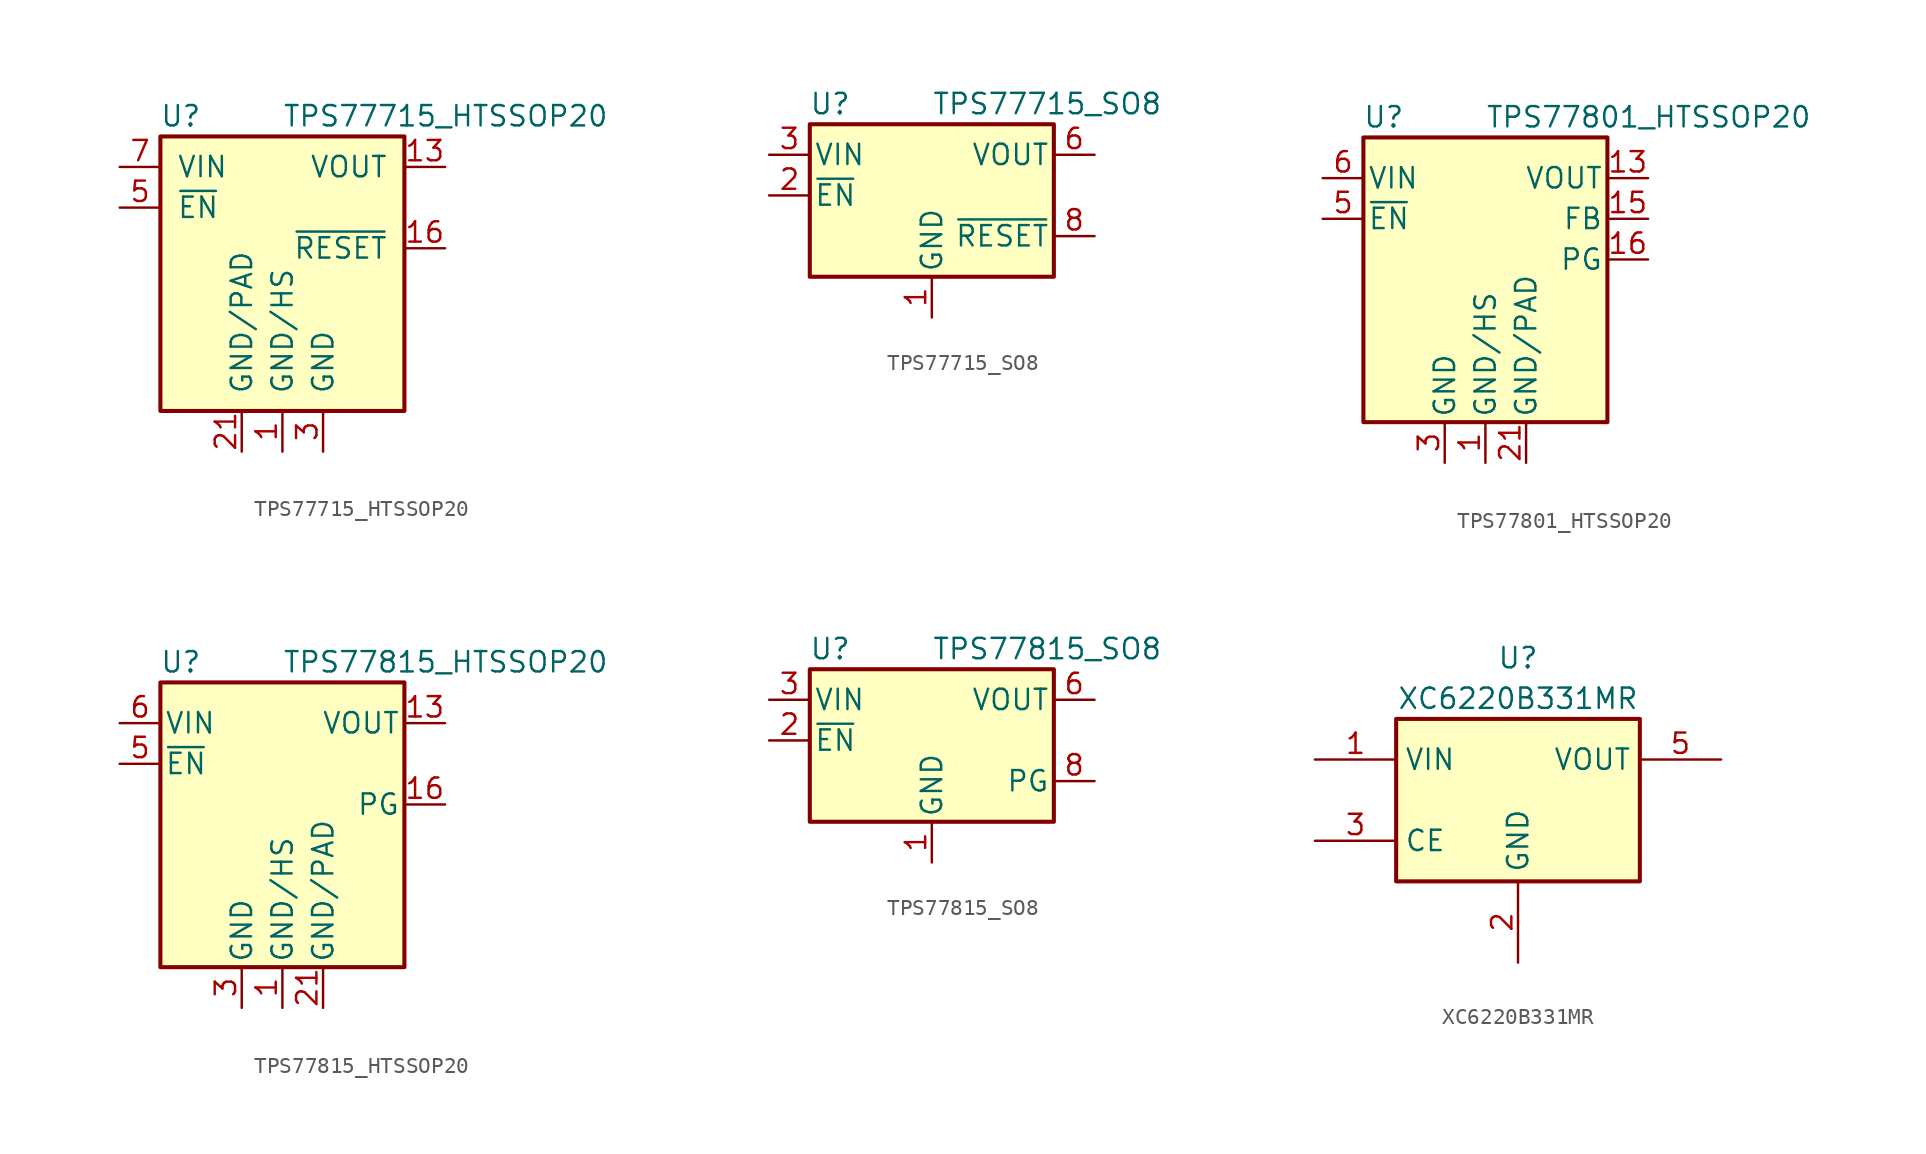
<source format=kicad_sym>
(kicad_symbol_lib
  (version 20220914)
  (generator kicad_symbol_editor)
  (symbol "TPS77715_HTSSOP20"
    (pin_names
      (offset 1.016))
    (property "Reference" "U"
      (at -6.35 5.715 0)
      (effects (font (size 1.27 1.27))))
    (property "Value" "TPS77715_HTSSOP20"
      (at 0 5.715 0)
      (effects (font (size 1.27 1.27)) (justify left)))
    (symbol "TPS77715_HTSSOP20_0_1"
      (rectangle (start -7.62 4.445) (end 7.62 -12.7) (stroke (width 0.254) (type default)) (fill (type background))))
    (symbol "TPS77715_HTSSOP20_1_1"
      (pin power_in line (at 0 -15.24 90) (length 2.54) (name "GND/HS" (effects (font (size 1.27 1.27)))) (number "1" (effects (font (size 1.27 1.27)))))
      (pin passive line (at 0 -15.24 90) (length 2.54) hide (name "GND/HS" (effects (font (size 1.27 1.27)))) (number "10" (effects (font (size 1.27 1.27)))))
      (pin passive line (at 0 -15.24 90) (length 2.54) hide (name "GND/HS" (effects (font (size 1.27 1.27)))) (number "11" (effects (font (size 1.27 1.27)))))
      (pin passive line (at 0 -15.24 90) (length 2.54) hide (name "GND/HS" (effects (font (size 1.27 1.27)))) (number "12" (effects (font (size 1.27 1.27)))))
      (pin power_out line (at 10.16 2.54 180) (length 2.54) (name "VOUT" (effects (font (size 1.27 1.27)))) (number "13" (effects (font (size 1.27 1.27)))))
      (pin passive line (at 10.16 2.54 180) (length 2.54) hide (name "VOUT" (effects (font (size 1.27 1.27)))) (number "14" (effects (font (size 1.27 1.27)))))
      (pin no_connect line (at 10.16 0 180) (length 2.54) hide (name "NC" (effects (font (size 1.27 1.27)))) (number "15" (effects (font (size 1.27 1.27)))))
      (pin open_collector line (at 10.16 -2.54 180) (length 2.54) (name "~{RESET}" (effects (font (size 1.27 1.27)))) (number "16" (effects (font (size 1.27 1.27)))))
      (pin no_connect line (at 10.16 -5.08 180) (length 2.54) hide (name "NC" (effects (font (size 1.27 1.27)))) (number "17" (effects (font (size 1.27 1.27)))))
      (pin no_connect line (at 10.16 -7.62 180) (length 2.54) hide (name "NC" (effects (font (size 1.27 1.27)))) (number "18" (effects (font (size 1.27 1.27)))))
      (pin passive line (at 0 -15.24 90) (length 2.54) hide (name "GND/HS" (effects (font (size 1.27 1.27)))) (number "19" (effects (font (size 1.27 1.27)))))
      (pin passive line (at 0 -15.24 90) (length 2.54) hide (name "GND/HS" (effects (font (size 1.27 1.27)))) (number "2" (effects (font (size 1.27 1.27)))))
      (pin passive line (at 0 -15.24 90) (length 2.54) hide (name "GND/HS" (effects (font (size 1.27 1.27)))) (number "20" (effects (font (size 1.27 1.27)))))
      (pin power_in line (at -2.54 -15.24 90) (length 2.54) (name "GND/PAD" (effects (font (size 1.27 1.27)))) (number "21" (effects (font (size 1.27 1.27)))))
      (pin power_in line (at 2.54 -15.24 90) (length 2.54) (name "GND" (effects (font (size 1.27 1.27)))) (number "3" (effects (font (size 1.27 1.27)))))
      (pin no_connect line (at -10.16 -2.54 0) (length 2.54) hide (name "NC" (effects (font (size 1.27 1.27)))) (number "4" (effects (font (size 1.27 1.27)))))
      (pin input line (at -10.16 0 0) (length 2.54) (name "~{EN}" (effects (font (size 1.27 1.27)))) (number "5" (effects (font (size 1.27 1.27)))))
      (pin passive line (at -10.16 2.54 0) (length 2.54) hide (name "VIN" (effects (font (size 1.27 1.27)))) (number "6" (effects (font (size 1.27 1.27)))))
      (pin power_in line (at -10.16 2.54 0) (length 2.54) (name "VIN" (effects (font (size 1.27 1.27)))) (number "7" (effects (font (size 1.27 1.27)))))
      (pin no_connect line (at -10.16 -5.08 0) (length 2.54) hide (name "NC" (effects (font (size 1.27 1.27)))) (number "8" (effects (font (size 1.27 1.27)))))
      (pin passive line (at 0 -15.24 90) (length 2.54) hide (name "GND/HS" (effects (font (size 1.27 1.27)))) (number "9" (effects (font (size 1.27 1.27)))))))
  (symbol "TPS77715_SO8"
    (pin_names
      (offset 0.254))
    (property "Reference" "U"
      (at -6.35 5.715 0)
      (effects (font (size 1.27 1.27))))
    (property "Value" "TPS77715_SO8"
      (at 0 5.715 0)
      (effects (font (size 1.27 1.27)) (justify left)))
    (symbol "TPS77715_SO8_0_1"
      (rectangle (start -7.62 4.445) (end 7.62 -5.08) (stroke (width 0.254) (type default)) (fill (type background))))
    (symbol "TPS77715_SO8_1_1"
      (pin power_in line (at 0 -7.62 90) (length 2.54) (name "GND" (effects (font (size 1.27 1.27)))) (number "1" (effects (font (size 1.27 1.27)))))
      (pin input line (at -10.16 0 0) (length 2.54) (name "~{EN}" (effects (font (size 1.27 1.27)))) (number "2" (effects (font (size 1.27 1.27)))))
      (pin power_in line (at -10.16 2.54 0) (length 2.54) (name "VIN" (effects (font (size 1.27 1.27)))) (number "3" (effects (font (size 1.27 1.27)))))
      (pin passive line (at -10.16 2.54 0) (length 2.54) hide (name "VIN" (effects (font (size 1.27 1.27)))) (number "4" (effects (font (size 1.27 1.27)))))
      (pin passive line (at 10.16 2.54 180) (length 2.54) hide (name "VOUT" (effects (font (size 1.27 1.27)))) (number "5" (effects (font (size 1.27 1.27)))))
      (pin power_out line (at 10.16 2.54 180) (length 2.54) (name "VOUT" (effects (font (size 1.27 1.27)))) (number "6" (effects (font (size 1.27 1.27)))))
      (pin no_connect line (at 10.16 0 180) (length 2.54) hide (name "NC" (effects (font (size 1.27 1.27)))) (number "7" (effects (font (size 1.27 1.27)))))
      (pin open_collector line (at 10.16 -2.54 180) (length 2.54) (name "~{RESET}" (effects (font (size 1.27 1.27)))) (number "8" (effects (font (size 1.27 1.27)))))))
  (symbol "TPS77801_HTSSOP20"
    (pin_names
      (offset 0.254))
    (property "Reference" "U"
      (at -6.35 8.89 0)
      (effects (font (size 1.27 1.27))))
    (property "Value" "TPS77801_HTSSOP20"
      (at 0 8.89 0)
      (effects (font (size 1.27 1.27)) (justify left)))
    (symbol "TPS77801_HTSSOP20_0_1"
      (rectangle (start -7.62 7.62) (end 7.62 -10.16) (stroke (width 0.254) (type default)) (fill (type background))))
    (symbol "TPS77801_HTSSOP20_1_1"
      (pin power_in line (at 0 -12.7 90) (length 2.54) (name "GND/HS" (effects (font (size 1.27 1.27)))) (number "1" (effects (font (size 1.27 1.27)))))
      (pin passive line (at 0 -12.7 90) (length 2.54) hide (name "GND/HS" (effects (font (size 1.27 1.27)))) (number "10" (effects (font (size 1.27 1.27)))))
      (pin passive line (at 0 -12.7 90) (length 2.54) hide (name "GND/HS" (effects (font (size 1.27 1.27)))) (number "11" (effects (font (size 1.27 1.27)))))
      (pin passive line (at 0 -12.7 90) (length 2.54) hide (name "GND/HS" (effects (font (size 1.27 1.27)))) (number "12" (effects (font (size 1.27 1.27)))))
      (pin power_out line (at 10.16 5.08 180) (length 2.54) (name "VOUT" (effects (font (size 1.27 1.27)))) (number "13" (effects (font (size 1.27 1.27)))))
      (pin passive line (at 10.16 5.08 180) (length 2.54) hide (name "VOUT" (effects (font (size 1.27 1.27)))) (number "14" (effects (font (size 1.27 1.27)))))
      (pin passive line (at 10.16 2.54 180) (length 2.54) (name "FB" (effects (font (size 1.27 1.27)))) (number "15" (effects (font (size 1.27 1.27)))))
      (pin open_collector line (at 10.16 0 180) (length 2.54) (name "PG" (effects (font (size 1.27 1.27)))) (number "16" (effects (font (size 1.27 1.27)))))
      (pin no_connect line (at 10.16 -2.54 180) (length 2.54) hide (name "NC" (effects (font (size 1.27 1.27)))) (number "17" (effects (font (size 1.27 1.27)))))
      (pin no_connect line (at 10.16 -5.08 180) (length 2.54) hide (name "NC" (effects (font (size 1.27 1.27)))) (number "18" (effects (font (size 1.27 1.27)))))
      (pin passive line (at 0 -12.7 90) (length 2.54) hide (name "GND/HS" (effects (font (size 1.27 1.27)))) (number "19" (effects (font (size 1.27 1.27)))))
      (pin passive line (at 0 -12.7 90) (length 2.54) hide (name "GND/HS" (effects (font (size 1.27 1.27)))) (number "2" (effects (font (size 1.27 1.27)))))
      (pin passive line (at 0 -12.7 90) (length 2.54) hide (name "GND/HS" (effects (font (size 1.27 1.27)))) (number "20" (effects (font (size 1.27 1.27)))))
      (pin power_in line (at 2.54 -12.7 90) (length 2.54) (name "GND/PAD" (effects (font (size 1.27 1.27)))) (number "21" (effects (font (size 1.27 1.27)))))
      (pin power_in line (at -2.54 -12.7 90) (length 2.54) (name "GND" (effects (font (size 1.27 1.27)))) (number "3" (effects (font (size 1.27 1.27)))))
      (pin no_connect line (at -10.16 0 0) (length 2.54) hide (name "NC" (effects (font (size 1.27 1.27)))) (number "4" (effects (font (size 1.27 1.27)))))
      (pin input line (at -10.16 2.54 0) (length 2.54) (name "~{EN}" (effects (font (size 1.27 1.27)))) (number "5" (effects (font (size 1.27 1.27)))))
      (pin power_in line (at -10.16 5.08 0) (length 2.54) (name "VIN" (effects (font (size 1.27 1.27)))) (number "6" (effects (font (size 1.27 1.27)))))
      (pin passive line (at -10.16 5.08 0) (length 2.54) hide (name "VIN" (effects (font (size 1.27 1.27)))) (number "7" (effects (font (size 1.27 1.27)))))
      (pin no_connect line (at -10.16 -2.54 0) (length 2.54) hide (name "NC" (effects (font (size 1.27 1.27)))) (number "8" (effects (font (size 1.27 1.27)))))
      (pin passive line (at 0 -12.7 90) (length 2.54) hide (name "GND/HS" (effects (font (size 1.27 1.27)))) (number "9" (effects (font (size 1.27 1.27)))))))
  (symbol "TPS77815_HTSSOP20"
    (pin_names
      (offset 0.254))
    (property "Reference" "U"
      (at -6.35 8.89 0)
      (effects (font (size 1.27 1.27))))
    (property "Value" "TPS77815_HTSSOP20"
      (at 0 8.89 0)
      (effects (font (size 1.27 1.27)) (justify left)))
    (symbol "TPS77815_HTSSOP20_0_1"
      (rectangle (start -7.62 7.62) (end 7.62 -10.16) (stroke (width 0.254) (type default)) (fill (type background))))
    (symbol "TPS77815_HTSSOP20_1_1"
      (pin power_in line (at 0 -12.7 90) (length 2.54) (name "GND/HS" (effects (font (size 1.27 1.27)))) (number "1" (effects (font (size 1.27 1.27)))))
      (pin passive line (at 0 -12.7 90) (length 2.54) hide (name "GND/HS" (effects (font (size 1.27 1.27)))) (number "10" (effects (font (size 1.27 1.27)))))
      (pin passive line (at 0 -12.7 90) (length 2.54) hide (name "GND/HS" (effects (font (size 1.27 1.27)))) (number "11" (effects (font (size 1.27 1.27)))))
      (pin passive line (at 0 -12.7 90) (length 2.54) hide (name "GND/HS" (effects (font (size 1.27 1.27)))) (number "12" (effects (font (size 1.27 1.27)))))
      (pin power_out line (at 10.16 5.08 180) (length 2.54) (name "VOUT" (effects (font (size 1.27 1.27)))) (number "13" (effects (font (size 1.27 1.27)))))
      (pin passive line (at 10.16 5.08 180) (length 2.54) hide (name "VOUT" (effects (font (size 1.27 1.27)))) (number "14" (effects (font (size 1.27 1.27)))))
      (pin no_connect line (at 10.16 2.54 180) (length 2.54) hide (name "NC" (effects (font (size 1.27 1.27)))) (number "15" (effects (font (size 1.27 1.27)))))
      (pin open_collector line (at 10.16 0 180) (length 2.54) (name "PG" (effects (font (size 1.27 1.27)))) (number "16" (effects (font (size 1.27 1.27)))))
      (pin no_connect line (at 10.16 -2.54 180) (length 2.54) hide (name "NC" (effects (font (size 1.27 1.27)))) (number "17" (effects (font (size 1.27 1.27)))))
      (pin no_connect line (at 10.16 -5.08 180) (length 2.54) hide (name "NC" (effects (font (size 1.27 1.27)))) (number "18" (effects (font (size 1.27 1.27)))))
      (pin passive line (at 0 -12.7 90) (length 2.54) hide (name "GND/HS" (effects (font (size 1.27 1.27)))) (number "19" (effects (font (size 1.27 1.27)))))
      (pin passive line (at 0 -12.7 90) (length 2.54) hide (name "GND/HS" (effects (font (size 1.27 1.27)))) (number "2" (effects (font (size 1.27 1.27)))))
      (pin passive line (at 0 -12.7 90) (length 2.54) hide (name "GND/HS" (effects (font (size 1.27 1.27)))) (number "20" (effects (font (size 1.27 1.27)))))
      (pin power_in line (at 2.54 -12.7 90) (length 2.54) (name "GND/PAD" (effects (font (size 1.27 1.27)))) (number "21" (effects (font (size 1.27 1.27)))))
      (pin power_in line (at -2.54 -12.7 90) (length 2.54) (name "GND" (effects (font (size 1.27 1.27)))) (number "3" (effects (font (size 1.27 1.27)))))
      (pin no_connect line (at -10.16 0 0) (length 2.54) hide (name "NC" (effects (font (size 1.27 1.27)))) (number "4" (effects (font (size 1.27 1.27)))))
      (pin input line (at -10.16 2.54 0) (length 2.54) (name "~{EN}" (effects (font (size 1.27 1.27)))) (number "5" (effects (font (size 1.27 1.27)))))
      (pin power_in line (at -10.16 5.08 0) (length 2.54) (name "VIN" (effects (font (size 1.27 1.27)))) (number "6" (effects (font (size 1.27 1.27)))))
      (pin passive line (at -10.16 5.08 0) (length 2.54) hide (name "VIN" (effects (font (size 1.27 1.27)))) (number "7" (effects (font (size 1.27 1.27)))))
      (pin no_connect line (at -10.16 -2.54 0) (length 2.54) hide (name "NC" (effects (font (size 1.27 1.27)))) (number "8" (effects (font (size 1.27 1.27)))))
      (pin passive line (at 0 -12.7 90) (length 2.54) hide (name "GND/HS" (effects (font (size 1.27 1.27)))) (number "9" (effects (font (size 1.27 1.27)))))))
  (symbol "TPS77815_SO8"
    (pin_names
      (offset 0.254))
    (property "Reference" "U"
      (at -6.35 5.715 0)
      (effects (font (size 1.27 1.27))))
    (property "Value" "TPS77815_SO8"
      (at 0 5.715 0)
      (effects (font (size 1.27 1.27)) (justify left)))
    (symbol "TPS77815_SO8_0_1"
      (rectangle (start -7.62 4.445) (end 7.62 -5.08) (stroke (width 0.254) (type default)) (fill (type background))))
    (symbol "TPS77815_SO8_1_1"
      (pin power_in line (at 0 -7.62 90) (length 2.54) (name "GND" (effects (font (size 1.27 1.27)))) (number "1" (effects (font (size 1.27 1.27)))))
      (pin input line (at -10.16 0 0) (length 2.54) (name "~{EN}" (effects (font (size 1.27 1.27)))) (number "2" (effects (font (size 1.27 1.27)))))
      (pin power_in line (at -10.16 2.54 0) (length 2.54) (name "VIN" (effects (font (size 1.27 1.27)))) (number "3" (effects (font (size 1.27 1.27)))))
      (pin passive line (at -10.16 2.54 0) (length 2.54) hide (name "VIN" (effects (font (size 1.27 1.27)))) (number "4" (effects (font (size 1.27 1.27)))))
      (pin passive line (at 10.16 2.54 180) (length 2.54) hide (name "VOUT" (effects (font (size 1.27 1.27)))) (number "5" (effects (font (size 1.27 1.27)))))
      (pin power_out line (at 10.16 2.54 180) (length 2.54) (name "VOUT" (effects (font (size 1.27 1.27)))) (number "6" (effects (font (size 1.27 1.27)))))
      (pin no_connect line (at 10.16 0 180) (length 2.54) hide (name "NC" (effects (font (size 1.27 1.27)))) (number "7" (effects (font (size 1.27 1.27)))))
      (pin open_collector line (at 10.16 -2.54 180) (length 2.54) (name "PG" (effects (font (size 1.27 1.27)))) (number "8" (effects (font (size 1.27 1.27)))))))
  (symbol "XC6220B331MR"
    (property "Reference" "U"
      (at 0 8.89 0)
      (effects (font (size 1.27 1.27))))
    (property "Value" "XC6220B331MR"
      (at 0 6.35 0)
      (effects (font (size 1.27 1.27))))
    (symbol "XC6220B331MR_0_1"
      (rectangle (start -7.62 5.08) (end 7.62 -5.08) (stroke (width 0.254) (type default)) (fill (type background))))
    (symbol "XC6220B331MR_1_1"
      (pin power_in line (at -12.7 2.54 0) (length 5.08) (name "VIN" (effects (font (size 1.27 1.27)))) (number "1" (effects (font (size 1.27 1.27)))))
      (pin power_in line (at 0 -10.16 90) (length 5.08) (name "GND" (effects (font (size 1.27 1.27)))) (number "2" (effects (font (size 1.27 1.27)))))
      (pin input line (at -12.7 -2.54 0) (length 5.08) (name "CE" (effects (font (size 1.27 1.27)))) (number "3" (effects (font (size 1.27 1.27)))))
      (pin no_connect line (at 12.7 -2.54 180) (length 5.08) hide (name "NC" (effects (font (size 1.27 1.27)))) (number "4" (effects (font (size 1.27 1.27)))))
      (pin power_out line (at 12.7 2.54 180) (length 5.08) (name "VOUT" (effects (font (size 1.27 1.27)))) (number "5" (effects (font (size 1.27 1.27))))))))
</source>
